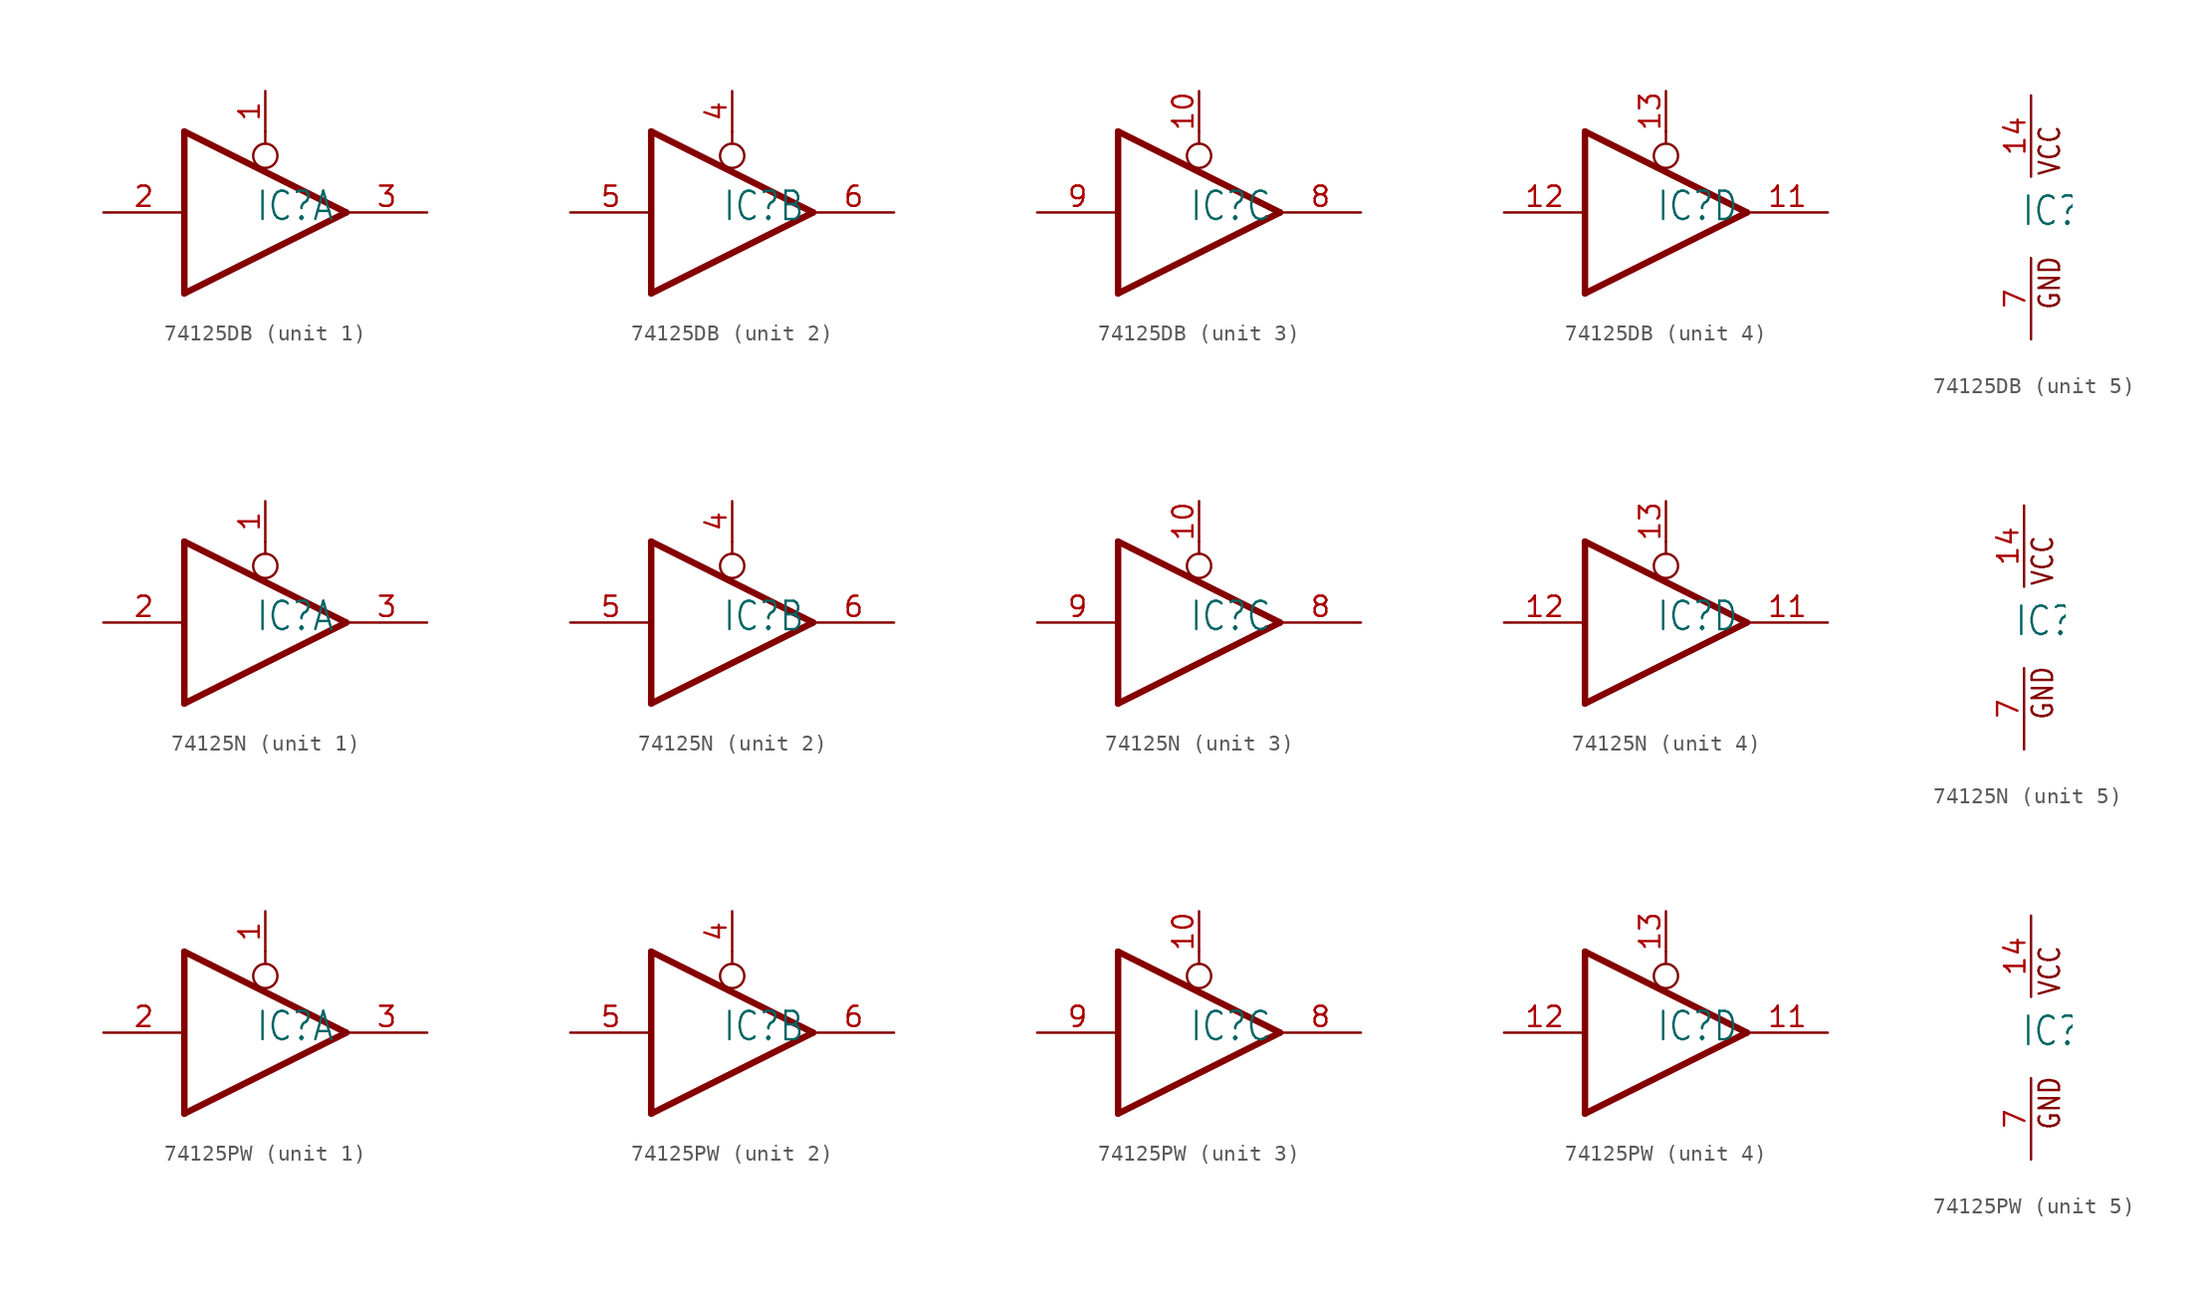
<source format=kicad_sym>
(kicad_symbol_lib
  (version 20231120)
  (generator "kicad_symbol_editor")
  (generator_version "8.99")
  (symbol "74125DB"
    (property "Reference" "IC"
      (at -0.635 -0.635 0)
      (effects (font (size 1.778 1.511)) (justify left bottom)))
    (property "ki_locked" ""
      (at 0 0 0)
      (effects (font (size 1.27 1.27))))
    (symbol "74125DB_1_0"
      (polyline (pts (xy -5.08 -5.08) (xy -5.08 5.08)) (stroke (width 0.406) (type solid)) (fill (type none)))
      (polyline (pts (xy 0 4.318) (xy 0 5.08)) (stroke (width 0.152) (type solid)) (fill (type none)))
      (polyline (pts (xy 5.08 0) (xy -5.08 -5.08)) (stroke (width 0.406) (type solid)) (fill (type none)))
      (polyline (pts (xy 5.08 0) (xy -5.08 5.08)) (stroke (width 0.406) (type solid)) (fill (type none)))
      (circle (center 0 3.556) (radius 0.762) (stroke (width 0.152) (type solid)) (fill (type none)))
      (pin input line (at 0 7.62 270) (length 2.54) (name "OE" (effects (font (size 0 0)))) (number "1" (effects (font (size 1.27 1.27)))))
      (pin input line (at -10.16 0 0) (length 5.08) (name "I" (effects (font (size 0 0)))) (number "2" (effects (font (size 1.27 1.27)))))
      (pin tri_state line (at 10.16 0 180) (length 5.08) (name "O" (effects (font (size 0 0)))) (number "3" (effects (font (size 1.27 1.27))))))
    (symbol "74125DB_2_0"
      (polyline (pts (xy -5.08 -5.08) (xy -5.08 5.08)) (stroke (width 0.406) (type solid)) (fill (type none)))
      (polyline (pts (xy 0 4.318) (xy 0 5.08)) (stroke (width 0.152) (type solid)) (fill (type none)))
      (polyline (pts (xy 5.08 0) (xy -5.08 -5.08)) (stroke (width 0.406) (type solid)) (fill (type none)))
      (polyline (pts (xy 5.08 0) (xy -5.08 5.08)) (stroke (width 0.406) (type solid)) (fill (type none)))
      (circle (center 0 3.556) (radius 0.762) (stroke (width 0.152) (type solid)) (fill (type none)))
      (pin input line (at 0 7.62 270) (length 2.54) (name "OE" (effects (font (size 0 0)))) (number "4" (effects (font (size 1.27 1.27)))))
      (pin input line (at -10.16 0 0) (length 5.08) (name "I" (effects (font (size 0 0)))) (number "5" (effects (font (size 1.27 1.27)))))
      (pin tri_state line (at 10.16 0 180) (length 5.08) (name "O" (effects (font (size 0 0)))) (number "6" (effects (font (size 1.27 1.27))))))
    (symbol "74125DB_3_0"
      (polyline (pts (xy -5.08 -5.08) (xy -5.08 5.08)) (stroke (width 0.406) (type solid)) (fill (type none)))
      (polyline (pts (xy 0 4.318) (xy 0 5.08)) (stroke (width 0.152) (type solid)) (fill (type none)))
      (polyline (pts (xy 5.08 0) (xy -5.08 -5.08)) (stroke (width 0.406) (type solid)) (fill (type none)))
      (polyline (pts (xy 5.08 0) (xy -5.08 5.08)) (stroke (width 0.406) (type solid)) (fill (type none)))
      (circle (center 0 3.556) (radius 0.762) (stroke (width 0.152) (type solid)) (fill (type none)))
      (pin input line (at 0 7.62 270) (length 2.54) (name "OE" (effects (font (size 0 0)))) (number "10" (effects (font (size 1.27 1.27)))))
      (pin tri_state line (at 10.16 0 180) (length 5.08) (name "O" (effects (font (size 0 0)))) (number "8" (effects (font (size 1.27 1.27)))))
      (pin input line (at -10.16 0 0) (length 5.08) (name "I" (effects (font (size 0 0)))) (number "9" (effects (font (size 1.27 1.27))))))
    (symbol "74125DB_4_0"
      (polyline (pts (xy -5.08 -5.08) (xy -5.08 5.08)) (stroke (width 0.406) (type solid)) (fill (type none)))
      (polyline (pts (xy 0 4.318) (xy 0 5.08)) (stroke (width 0.152) (type solid)) (fill (type none)))
      (polyline (pts (xy 5.08 0) (xy -5.08 -5.08)) (stroke (width 0.406) (type solid)) (fill (type none)))
      (polyline (pts (xy 5.08 0) (xy -5.08 5.08)) (stroke (width 0.406) (type solid)) (fill (type none)))
      (circle (center 0 3.556) (radius 0.762) (stroke (width 0.152) (type solid)) (fill (type none)))
      (pin tri_state line (at 10.16 0 180) (length 5.08) (name "O" (effects (font (size 0 0)))) (number "11" (effects (font (size 1.27 1.27)))))
      (pin input line (at -10.16 0 0) (length 5.08) (name "I" (effects (font (size 0 0)))) (number "12" (effects (font (size 1.27 1.27)))))
      (pin input line (at 0 7.62 270) (length 2.54) (name "OE" (effects (font (size 0 0)))) (number "13" (effects (font (size 1.27 1.27))))))
    (symbol "74125DB_5_0"
      (text "GND" (at 1.905 -5.842 900) (effects (font (size 1.27 1.079)) (justify left bottom)))
      (text "VCC" (at 1.905 2.54 900) (effects (font (size 1.27 1.079)) (justify left bottom)))
      (pin power_in line (at 0 7.62 270) (length 5.08) (name "VCC" (effects (font (size 0 0)))) (number "14" (effects (font (size 1.27 1.27)))))
      (pin power_in line (at 0 -7.62 90) (length 5.08) (name "GND" (effects (font (size 0 0)))) (number "7" (effects (font (size 1.27 1.27)))))))
  (symbol "74125N"
    (property "Reference" "IC"
      (at -0.635 -0.635 0)
      (effects (font (size 1.778 1.511)) (justify left bottom)))
    (property "ki_locked" ""
      (at 0 0 0)
      (effects (font (size 1.27 1.27))))
    (symbol "74125N_1_0"
      (polyline (pts (xy -5.08 -5.08) (xy -5.08 5.08)) (stroke (width 0.406) (type solid)) (fill (type none)))
      (polyline (pts (xy 0 4.318) (xy 0 5.08)) (stroke (width 0.152) (type solid)) (fill (type none)))
      (polyline (pts (xy 5.08 0) (xy -5.08 -5.08)) (stroke (width 0.406) (type solid)) (fill (type none)))
      (polyline (pts (xy 5.08 0) (xy -5.08 5.08)) (stroke (width 0.406) (type solid)) (fill (type none)))
      (circle (center 0 3.556) (radius 0.762) (stroke (width 0.152) (type solid)) (fill (type none)))
      (pin input line (at 0 7.62 270) (length 2.54) (name "OE" (effects (font (size 0 0)))) (number "1" (effects (font (size 1.27 1.27)))))
      (pin input line (at -10.16 0 0) (length 5.08) (name "I" (effects (font (size 0 0)))) (number "2" (effects (font (size 1.27 1.27)))))
      (pin tri_state line (at 10.16 0 180) (length 5.08) (name "O" (effects (font (size 0 0)))) (number "3" (effects (font (size 1.27 1.27))))))
    (symbol "74125N_2_0"
      (polyline (pts (xy -5.08 -5.08) (xy -5.08 5.08)) (stroke (width 0.406) (type solid)) (fill (type none)))
      (polyline (pts (xy 0 4.318) (xy 0 5.08)) (stroke (width 0.152) (type solid)) (fill (type none)))
      (polyline (pts (xy 5.08 0) (xy -5.08 -5.08)) (stroke (width 0.406) (type solid)) (fill (type none)))
      (polyline (pts (xy 5.08 0) (xy -5.08 5.08)) (stroke (width 0.406) (type solid)) (fill (type none)))
      (circle (center 0 3.556) (radius 0.762) (stroke (width 0.152) (type solid)) (fill (type none)))
      (pin input line (at 0 7.62 270) (length 2.54) (name "OE" (effects (font (size 0 0)))) (number "4" (effects (font (size 1.27 1.27)))))
      (pin input line (at -10.16 0 0) (length 5.08) (name "I" (effects (font (size 0 0)))) (number "5" (effects (font (size 1.27 1.27)))))
      (pin tri_state line (at 10.16 0 180) (length 5.08) (name "O" (effects (font (size 0 0)))) (number "6" (effects (font (size 1.27 1.27))))))
    (symbol "74125N_3_0"
      (polyline (pts (xy -5.08 -5.08) (xy -5.08 5.08)) (stroke (width 0.406) (type solid)) (fill (type none)))
      (polyline (pts (xy 0 4.318) (xy 0 5.08)) (stroke (width 0.152) (type solid)) (fill (type none)))
      (polyline (pts (xy 5.08 0) (xy -5.08 -5.08)) (stroke (width 0.406) (type solid)) (fill (type none)))
      (polyline (pts (xy 5.08 0) (xy -5.08 5.08)) (stroke (width 0.406) (type solid)) (fill (type none)))
      (circle (center 0 3.556) (radius 0.762) (stroke (width 0.152) (type solid)) (fill (type none)))
      (pin input line (at 0 7.62 270) (length 2.54) (name "OE" (effects (font (size 0 0)))) (number "10" (effects (font (size 1.27 1.27)))))
      (pin tri_state line (at 10.16 0 180) (length 5.08) (name "O" (effects (font (size 0 0)))) (number "8" (effects (font (size 1.27 1.27)))))
      (pin input line (at -10.16 0 0) (length 5.08) (name "I" (effects (font (size 0 0)))) (number "9" (effects (font (size 1.27 1.27))))))
    (symbol "74125N_4_0"
      (polyline (pts (xy -5.08 -5.08) (xy -5.08 5.08)) (stroke (width 0.406) (type solid)) (fill (type none)))
      (polyline (pts (xy 0 4.318) (xy 0 5.08)) (stroke (width 0.152) (type solid)) (fill (type none)))
      (polyline (pts (xy 5.08 0) (xy -5.08 -5.08)) (stroke (width 0.406) (type solid)) (fill (type none)))
      (polyline (pts (xy 5.08 0) (xy -5.08 5.08)) (stroke (width 0.406) (type solid)) (fill (type none)))
      (circle (center 0 3.556) (radius 0.762) (stroke (width 0.152) (type solid)) (fill (type none)))
      (pin tri_state line (at 10.16 0 180) (length 5.08) (name "O" (effects (font (size 0 0)))) (number "11" (effects (font (size 1.27 1.27)))))
      (pin input line (at -10.16 0 0) (length 5.08) (name "I" (effects (font (size 0 0)))) (number "12" (effects (font (size 1.27 1.27)))))
      (pin input line (at 0 7.62 270) (length 2.54) (name "OE" (effects (font (size 0 0)))) (number "13" (effects (font (size 1.27 1.27))))))
    (symbol "74125N_5_0"
      (text "GND" (at 1.905 -5.842 900) (effects (font (size 1.27 1.079)) (justify left bottom)))
      (text "VCC" (at 1.905 2.54 900) (effects (font (size 1.27 1.079)) (justify left bottom)))
      (pin power_in line (at 0 7.62 270) (length 5.08) (name "VCC" (effects (font (size 0 0)))) (number "14" (effects (font (size 1.27 1.27)))))
      (pin power_in line (at 0 -7.62 90) (length 5.08) (name "GND" (effects (font (size 0 0)))) (number "7" (effects (font (size 1.27 1.27)))))))
  (symbol "74125PW"
    (property "Reference" "IC"
      (at -0.635 -0.635 0)
      (effects (font (size 1.778 1.511)) (justify left bottom)))
    (property "ki_locked" ""
      (at 0 0 0)
      (effects (font (size 1.27 1.27))))
    (symbol "74125PW_1_0"
      (polyline (pts (xy -5.08 -5.08) (xy -5.08 5.08)) (stroke (width 0.406) (type solid)) (fill (type none)))
      (polyline (pts (xy 0 4.318) (xy 0 5.08)) (stroke (width 0.152) (type solid)) (fill (type none)))
      (polyline (pts (xy 5.08 0) (xy -5.08 -5.08)) (stroke (width 0.406) (type solid)) (fill (type none)))
      (polyline (pts (xy 5.08 0) (xy -5.08 5.08)) (stroke (width 0.406) (type solid)) (fill (type none)))
      (circle (center 0 3.556) (radius 0.762) (stroke (width 0.152) (type solid)) (fill (type none)))
      (pin input line (at 0 7.62 270) (length 2.54) (name "OE" (effects (font (size 0 0)))) (number "1" (effects (font (size 1.27 1.27)))))
      (pin input line (at -10.16 0 0) (length 5.08) (name "I" (effects (font (size 0 0)))) (number "2" (effects (font (size 1.27 1.27)))))
      (pin tri_state line (at 10.16 0 180) (length 5.08) (name "O" (effects (font (size 0 0)))) (number "3" (effects (font (size 1.27 1.27))))))
    (symbol "74125PW_2_0"
      (polyline (pts (xy -5.08 -5.08) (xy -5.08 5.08)) (stroke (width 0.406) (type solid)) (fill (type none)))
      (polyline (pts (xy 0 4.318) (xy 0 5.08)) (stroke (width 0.152) (type solid)) (fill (type none)))
      (polyline (pts (xy 5.08 0) (xy -5.08 -5.08)) (stroke (width 0.406) (type solid)) (fill (type none)))
      (polyline (pts (xy 5.08 0) (xy -5.08 5.08)) (stroke (width 0.406) (type solid)) (fill (type none)))
      (circle (center 0 3.556) (radius 0.762) (stroke (width 0.152) (type solid)) (fill (type none)))
      (pin input line (at 0 7.62 270) (length 2.54) (name "OE" (effects (font (size 0 0)))) (number "4" (effects (font (size 1.27 1.27)))))
      (pin input line (at -10.16 0 0) (length 5.08) (name "I" (effects (font (size 0 0)))) (number "5" (effects (font (size 1.27 1.27)))))
      (pin tri_state line (at 10.16 0 180) (length 5.08) (name "O" (effects (font (size 0 0)))) (number "6" (effects (font (size 1.27 1.27))))))
    (symbol "74125PW_3_0"
      (polyline (pts (xy -5.08 -5.08) (xy -5.08 5.08)) (stroke (width 0.406) (type solid)) (fill (type none)))
      (polyline (pts (xy 0 4.318) (xy 0 5.08)) (stroke (width 0.152) (type solid)) (fill (type none)))
      (polyline (pts (xy 5.08 0) (xy -5.08 -5.08)) (stroke (width 0.406) (type solid)) (fill (type none)))
      (polyline (pts (xy 5.08 0) (xy -5.08 5.08)) (stroke (width 0.406) (type solid)) (fill (type none)))
      (circle (center 0 3.556) (radius 0.762) (stroke (width 0.152) (type solid)) (fill (type none)))
      (pin input line (at 0 7.62 270) (length 2.54) (name "OE" (effects (font (size 0 0)))) (number "10" (effects (font (size 1.27 1.27)))))
      (pin tri_state line (at 10.16 0 180) (length 5.08) (name "O" (effects (font (size 0 0)))) (number "8" (effects (font (size 1.27 1.27)))))
      (pin input line (at -10.16 0 0) (length 5.08) (name "I" (effects (font (size 0 0)))) (number "9" (effects (font (size 1.27 1.27))))))
    (symbol "74125PW_4_0"
      (polyline (pts (xy -5.08 -5.08) (xy -5.08 5.08)) (stroke (width 0.406) (type solid)) (fill (type none)))
      (polyline (pts (xy 0 4.318) (xy 0 5.08)) (stroke (width 0.152) (type solid)) (fill (type none)))
      (polyline (pts (xy 5.08 0) (xy -5.08 -5.08)) (stroke (width 0.406) (type solid)) (fill (type none)))
      (polyline (pts (xy 5.08 0) (xy -5.08 5.08)) (stroke (width 0.406) (type solid)) (fill (type none)))
      (circle (center 0 3.556) (radius 0.762) (stroke (width 0.152) (type solid)) (fill (type none)))
      (pin tri_state line (at 10.16 0 180) (length 5.08) (name "O" (effects (font (size 0 0)))) (number "11" (effects (font (size 1.27 1.27)))))
      (pin input line (at -10.16 0 0) (length 5.08) (name "I" (effects (font (size 0 0)))) (number "12" (effects (font (size 1.27 1.27)))))
      (pin input line (at 0 7.62 270) (length 2.54) (name "OE" (effects (font (size 0 0)))) (number "13" (effects (font (size 1.27 1.27))))))
    (symbol "74125PW_5_0"
      (text "GND" (at 1.905 -5.842 900) (effects (font (size 1.27 1.079)) (justify left bottom)))
      (text "VCC" (at 1.905 2.54 900) (effects (font (size 1.27 1.079)) (justify left bottom)))
      (pin power_in line (at 0 7.62 270) (length 5.08) (name "VCC" (effects (font (size 0 0)))) (number "14" (effects (font (size 1.27 1.27)))))
      (pin power_in line (at 0 -7.62 90) (length 5.08) (name "GND" (effects (font (size 0 0)))) (number "7" (effects (font (size 1.27 1.27))))))))
</source>
